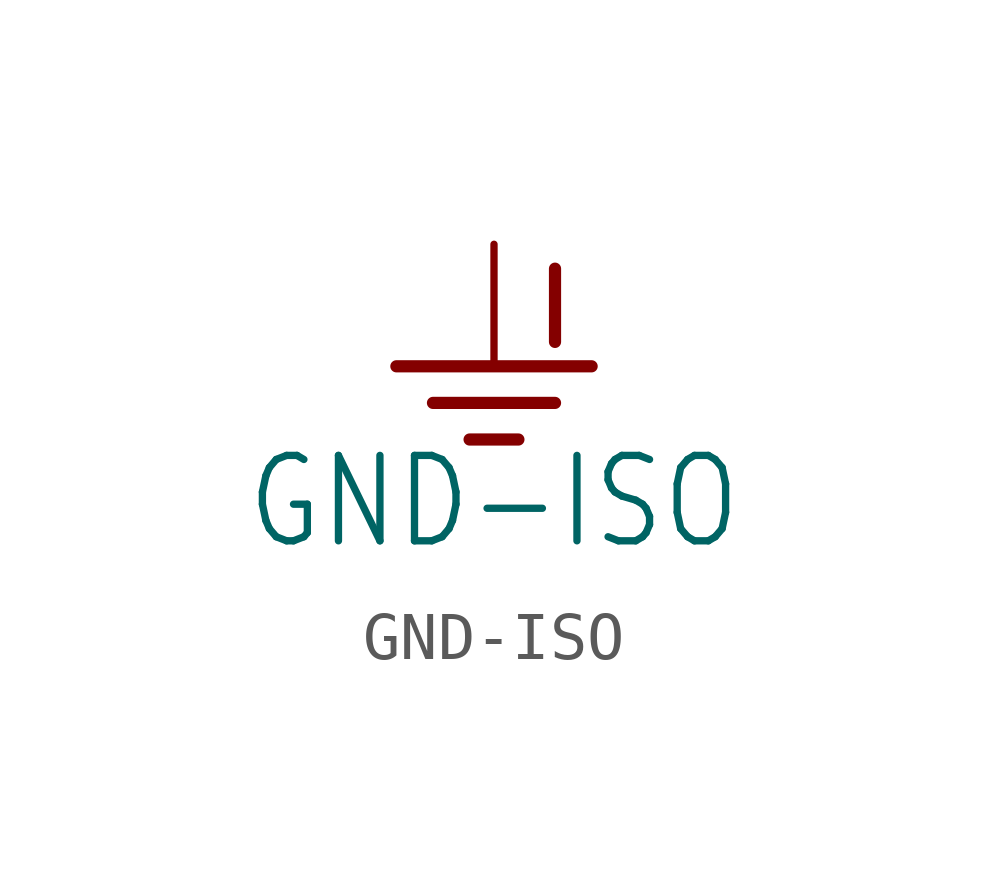
<source format=kicad_sym>
(kicad_symbol_lib
  (version 20211014)
  (generator kicad_symbol_editor)
  (symbol "GND-ISO"
    (power)
    (property "Reference" "#GND-ISO"
      (at 0 0 0)
      (effects (font (size 1.27 1.27)) hide))
    (property "Value" "GND-ISO"
      (at 0 -1.778 0)
      (effects (font (size 1.778 1.511)) (justify top)))
    (property "ki_locked" ""
      (at 0 0 0)
      (effects (font (size 1.27 1.27))))
    (symbol "GND-ISO_1_0"
      (polyline (pts (xy -2.032 0) (xy 2.032 0)) (stroke (width 0.254) (type default) (color 0 0 0 0)) (fill (type none)))
      (polyline (pts (xy -1.27 -0.762) (xy 1.27 -0.762)) (stroke (width 0.254) (type default) (color 0 0 0 0)) (fill (type none)))
      (polyline (pts (xy -0.508 -1.524) (xy 0.508 -1.524)) (stroke (width 0.254) (type default) (color 0 0 0 0)) (fill (type none)))
      (polyline (pts (xy 1.27 2.032) (xy 1.27 0.508)) (stroke (width 0.254) (type default) (color 0 0 0 0)) (fill (type none)))
      (pin power_in line (at 0 2.54 270) (length 2.54) (name "GND-ISO" (effects (font (size 0 0)))) (number "1" (effects (font (size 0 0))))))))
</source>
